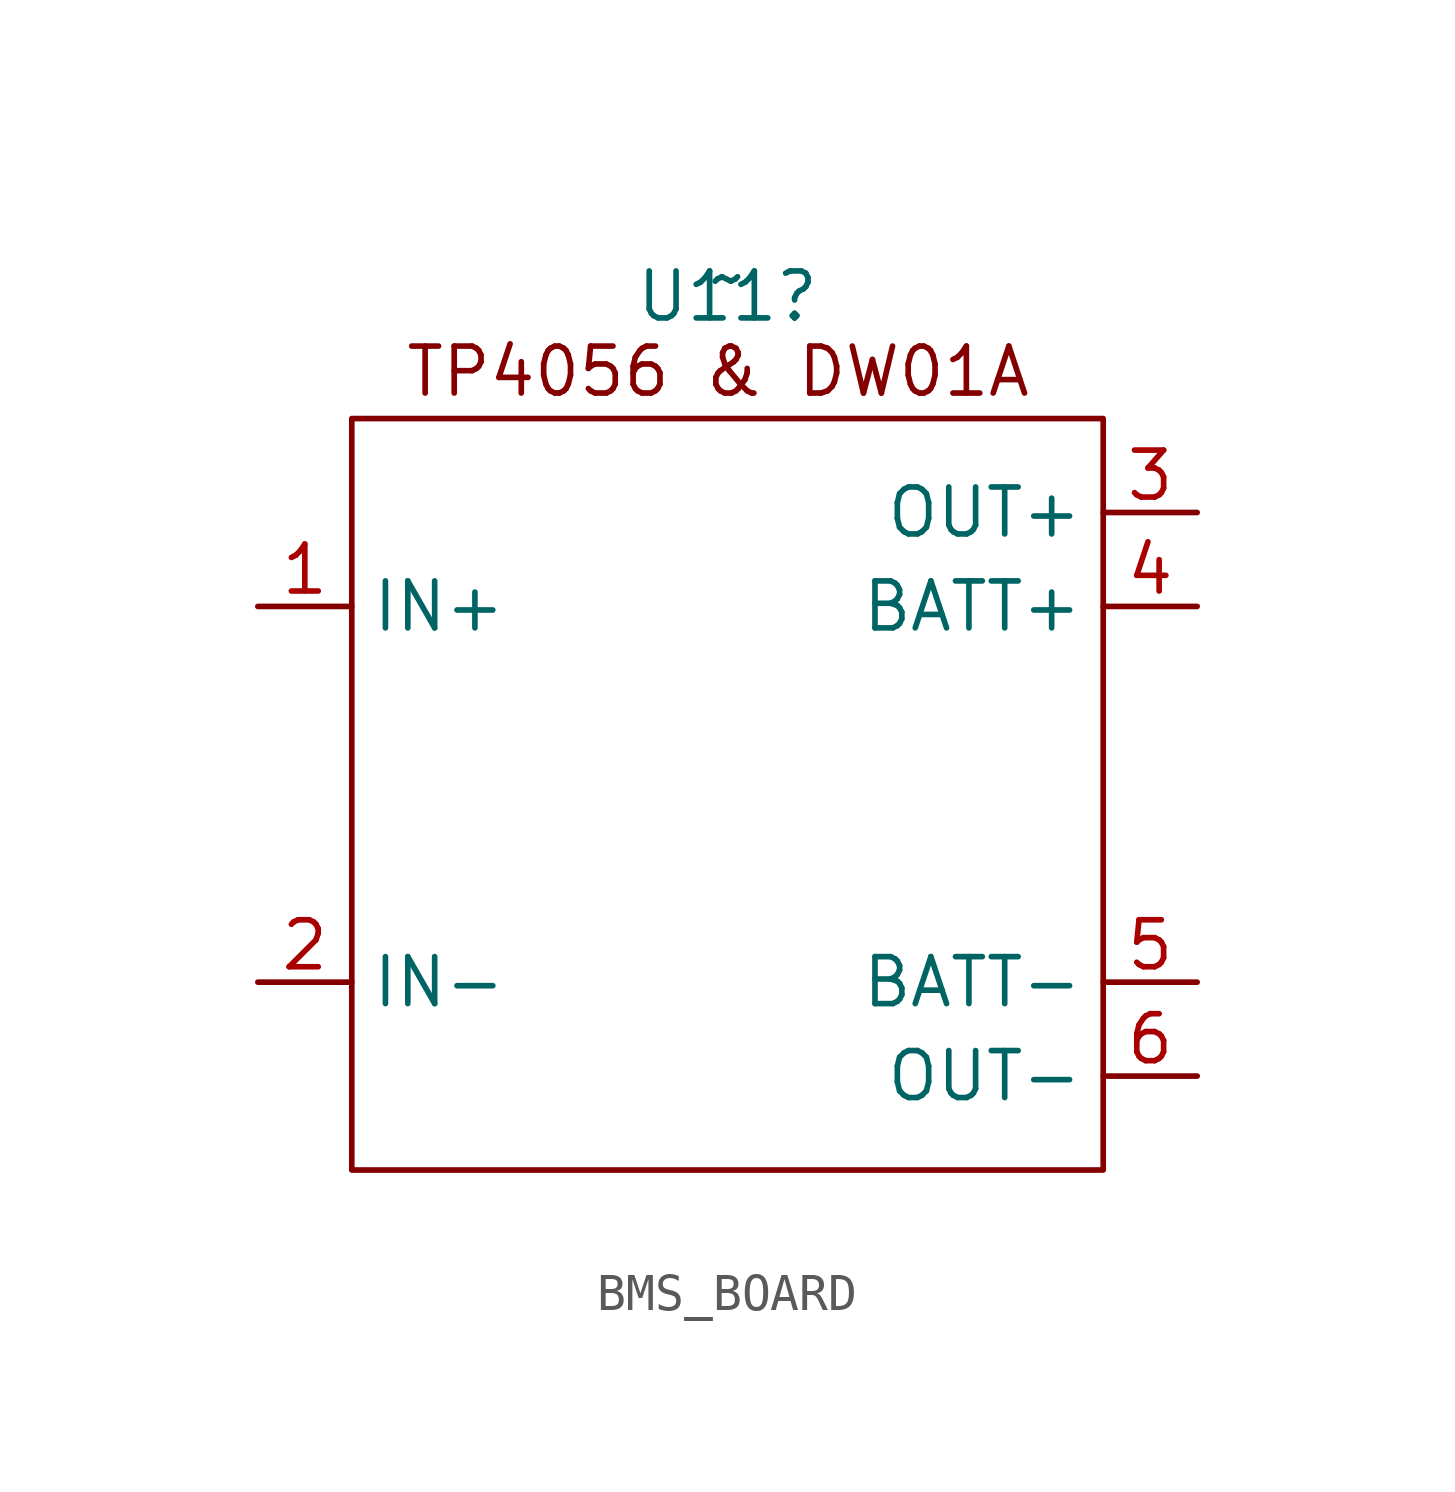
<source format=kicad_sym>
(kicad_symbol_lib
  (version 20241209)
  (generator "kicad_symbol_editor")
  (generator_version "9.0")
  (symbol "BMS_BOARD"
    (property "Reference" "U11"
      (at 0 13.462 0)
      (effects (font (size 1.27 1.27))))
    (property "Value" "~"
      (at 0 13.97 0)
      (effects (font (size 1.27 1.27))))
    (symbol "BMS_BOARD_0_1"
      (rectangle (start -10.16 10.16) (end 10.16 -10.16) (stroke (width 0) (type default)) (fill (type none))))
    (symbol "BMS_BOARD_1_1"
      (text "TP4056 & DW01A" (at -0.254 11.43 0) (effects (font (size 1.27 1.27))))
      (pin input line (at -12.7 5.08 0) (length 2.54) (name "IN+" (effects (font (size 1.27 1.27)))) (number "1" (effects (font (size 1.27 1.27)))))
      (pin input line (at -12.7 -5.08 0) (length 2.54) (name "IN-" (effects (font (size 1.27 1.27)))) (number "2" (effects (font (size 1.27 1.27)))))
      (pin input line (at 12.7 7.62 180) (length 2.54) (name "OUT+" (effects (font (size 1.27 1.27)))) (number "3" (effects (font (size 1.27 1.27)))))
      (pin bidirectional line (at 12.7 5.08 180) (length 2.54) (name "BATT+" (effects (font (size 1.27 1.27)))) (number "4" (effects (font (size 1.27 1.27)))))
      (pin bidirectional line (at 12.7 -5.08 180) (length 2.54) (name "BATT-" (effects (font (size 1.27 1.27)))) (number "5" (effects (font (size 1.27 1.27)))))
      (pin output line (at 12.7 -7.62 180) (length 2.54) (name "OUT-" (effects (font (size 1.27 1.27)))) (number "6" (effects (font (size 1.27 1.27))))))))
</source>
